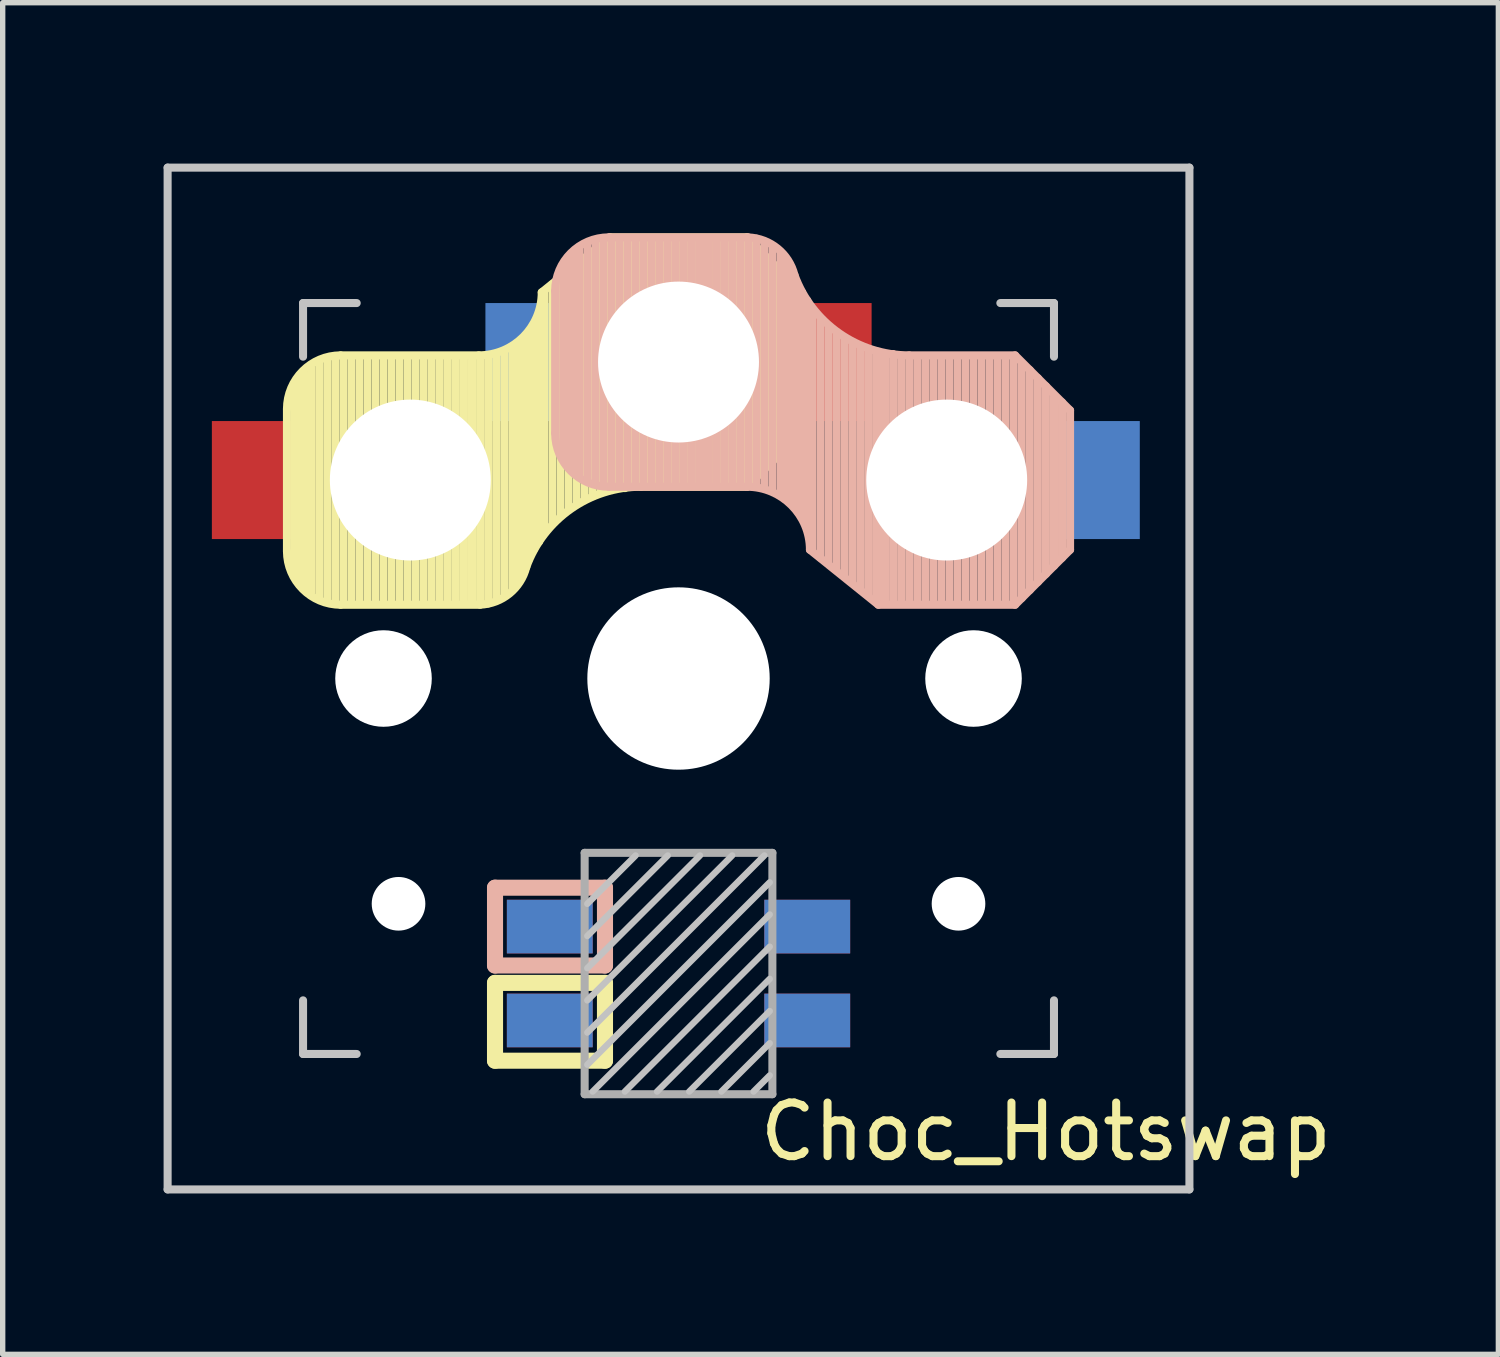
<source format=kicad_pcb>
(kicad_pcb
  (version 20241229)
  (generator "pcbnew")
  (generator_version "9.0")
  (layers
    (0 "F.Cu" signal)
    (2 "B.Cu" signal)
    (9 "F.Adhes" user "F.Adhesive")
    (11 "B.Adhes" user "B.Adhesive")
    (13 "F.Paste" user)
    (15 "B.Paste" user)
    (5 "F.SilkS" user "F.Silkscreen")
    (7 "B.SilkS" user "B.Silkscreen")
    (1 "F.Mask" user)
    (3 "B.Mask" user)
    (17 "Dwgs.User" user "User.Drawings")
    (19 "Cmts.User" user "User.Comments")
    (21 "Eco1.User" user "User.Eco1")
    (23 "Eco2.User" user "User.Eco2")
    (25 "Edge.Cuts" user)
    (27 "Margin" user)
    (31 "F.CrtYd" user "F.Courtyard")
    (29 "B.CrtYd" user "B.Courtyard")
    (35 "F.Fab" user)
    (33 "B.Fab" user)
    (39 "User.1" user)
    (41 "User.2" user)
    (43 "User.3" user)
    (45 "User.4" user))
  (footprint "Choc_Hotswap"
    (layer "F.Cu")
    (at 9.6 9.6)
    (property "Reference" "Choc_Hotswap" (at 6.85 8.45 180) (layer "F.SilkS") (effects (font (size 1 1) (thickness 0.15))))
    (attr through_hole)
    (fp_line (start -7.3 -5.025) (end -7.3 -2.375) (stroke (width 0.15) (type solid)) (layer "F.SilkS"))
    (fp_line (start -7.15 -1.95) (end -7.15 -5.5) (stroke (width 0.15) (type solid)) (layer "F.SilkS"))
    (fp_line (start -7.05 -1.8) (end -7.05 -5.55) (stroke (width 0.15) (type solid)) (layer "F.SilkS"))
    (fp_line (start -6.95 -1.7) (end -6.95 -5.65) (stroke (width 0.15) (type solid)) (layer "F.SilkS"))
    (fp_line (start -6.85 -1.6) (end -6.85 -5.8) (stroke (width 0.15) (type solid)) (layer "F.SilkS"))
    (fp_line (start -6.7 -1.5) (end -6.7 -5.9) (stroke (width 0.15) (type solid)) (layer "F.SilkS"))
    (fp_line (start -6.55 -1.45) (end -6.55 -5.95) (stroke (width 0.15) (type solid)) (layer "F.SilkS"))
    (fp_line (start -6.4 -1.4) (end -6.4 -5.95) (stroke (width 0.15) (type solid)) (layer "F.SilkS"))
    (fp_line (start -6.3 -6.025) (end -3.725 -6.025) (stroke (width 0.15) (type solid)) (layer "F.SilkS"))
    (fp_line (start -6.3 -1.375) (end -3.7 -1.375) (stroke (width 0.15) (type solid)) (layer "F.SilkS"))
    (fp_line (start -6.25 -1.4) (end -6.25 -6) (stroke (width 0.15) (type solid)) (layer "F.SilkS"))
    (fp_line (start -6.1 -1.4) (end -6.1 -6) (stroke (width 0.15) (type solid)) (layer "F.SilkS"))
    (fp_line (start -5.95 -1.4) (end -5.95 -6) (stroke (width 0.15) (type solid)) (layer "F.SilkS"))
    (fp_line (start -5.8 -1.4) (end -5.8 -6) (stroke (width 0.15) (type solid)) (layer "F.SilkS"))
    (fp_line (start -5.65 -1.4) (end -5.65 -6) (stroke (width 0.15) (type solid)) (layer "F.SilkS"))
    (fp_line (start -5.5 -1.4) (end -5.5 -6) (stroke (width 0.15) (type solid)) (layer "F.SilkS"))
    (fp_line (start -5.35 -1.4) (end -5.35 -6) (stroke (width 0.15) (type solid)) (layer "F.SilkS"))
    (fp_line (start -5.2 -1.4) (end -5.2 -6) (stroke (width 0.15) (type solid)) (layer "F.SilkS"))
    (fp_line (start -5.05 -1.4) (end -5.05 -6) (stroke (width 0.15) (type solid)) (layer "F.SilkS"))
    (fp_line (start -4.9 -1.4) (end -4.9 -6) (stroke (width 0.15) (type solid)) (layer "F.SilkS"))
    (fp_line (start -4.75 -1.4) (end -4.75 -6) (stroke (width 0.15) (type solid)) (layer "F.SilkS"))
    (fp_line (start -4.6 -1.4) (end -4.6 -6) (stroke (width 0.15) (type solid)) (layer "F.SilkS"))
    (fp_line (start -4.45 -1.4) (end -4.45 -6) (stroke (width 0.15) (type solid)) (layer "F.SilkS"))
    (fp_line (start -4.3 -1.4) (end -4.3 -6) (stroke (width 0.15) (type solid)) (layer "F.SilkS"))
    (fp_line (start -4.15 -1.4) (end -4.15 -6) (stroke (width 0.15) (type solid)) (layer "F.SilkS"))
    (fp_line (start -4 -1.4) (end -4 -6) (stroke (width 0.15) (type solid)) (layer "F.SilkS"))
    (fp_line (start -3.85 -1.4) (end -3.85 -5.95) (stroke (width 0.15) (type solid)) (layer "F.SilkS"))
    (fp_line (start -3.7 -1.4) (end -3.7 -6) (stroke (width 0.15) (type solid)) (layer "F.SilkS"))
    (fp_line (start -3.55 -1.4) (end -3.55 -6) (stroke (width 0.15) (type solid)) (layer "F.SilkS"))
    (fp_line (start -3.421 5.675) (end -1.371 5.675) (stroke (width 0.3) (type solid)) (layer "F.SilkS"))
    (fp_line (start -3.421 7.125) (end -3.421 5.675) (stroke (width 0.3) (type solid)) (layer "F.SilkS"))
    (fp_line (start -3.4 -1.45) (end -3.4 -6) (stroke (width 0.15) (type solid)) (layer "F.SilkS"))
    (fp_line (start -3.25 -1.55) (end -3.25 -6.1) (stroke (width 0.15) (type solid)) (layer "F.SilkS"))
    (fp_line (start -3.1 -1.65) (end -3.1 -6.15) (stroke (width 0.15) (type solid)) (layer "F.SilkS"))
    (fp_line (start -3 -1.8) (end -3 -6.2) (stroke (width 0.15) (type solid)) (layer "F.SilkS"))
    (fp_line (start -2.9 -2.05) (end -2.9 -6.25) (stroke (width 0.15) (type solid)) (layer "F.SilkS"))
    (fp_line (start -2.8 -2.2) (end -2.8 -6.35) (stroke (width 0.15) (type solid)) (layer "F.SilkS"))
    (fp_line (start -2.7 -2.4) (end -2.7 -6.55) (stroke (width 0.15) (type solid)) (layer "F.SilkS"))
    (fp_line (start -2.6 -2.55) (end -2.6 -6.7) (stroke (width 0.15) (type solid)) (layer "F.SilkS"))
    (fp_line (start -2.5 -2.75) (end -2.5 -7.2) (stroke (width 0.15) (type solid)) (layer "F.SilkS"))
    (fp_line (start -2.35 -2.9) (end -2.35 -7.35) (stroke (width 0.15) (type solid)) (layer "F.SilkS"))
    (fp_line (start -2.2 -3.05) (end -2.2 -7.45) (stroke (width 0.15) (type solid)) (layer "F.SilkS"))
    (fp_line (start -2.05 -3.15) (end -2.05 -7.55) (stroke (width 0.15) (type solid)) (layer "F.SilkS"))
    (fp_line (start -1.9 -3.25) (end -1.9 -7.7) (stroke (width 0.15) (type solid)) (layer "F.SilkS"))
    (fp_line (start -1.75 -3.35) (end -1.75 -7.8) (stroke (width 0.15) (type solid)) (layer "F.SilkS"))
    (fp_line (start -1.6 -3.4) (end -1.6 -7.95) (stroke (width 0.15) (type solid)) (layer "F.SilkS"))
    (fp_line (start -1.45 -3.5) (end -1.45 -8.05) (stroke (width 0.15) (type solid)) (layer "F.SilkS"))
    (fp_line (start -1.371 5.675) (end -1.371 7.125) (stroke (width 0.3) (type solid)) (layer "F.SilkS"))
    (fp_line (start -1.371 7.125) (end -3.421 7.125) (stroke (width 0.3) (type solid)) (layer "F.SilkS"))
    (fp_line (start -1.3 -3.55) (end -1.3 -8.15) (stroke (width 0.15) (type solid)) (layer "F.SilkS"))
    (fp_line (start -1.275 -8.225) (end -2.55 -7.2) (stroke (width 0.15) (type solid)) (layer "F.SilkS"))
    (fp_line (start -1.275 -8.225) (end 1.275 -8.225) (stroke (width 0.15) (type solid)) (layer "F.SilkS"))
    (fp_line (start -1.15 -3.55) (end -1.15 -8.2) (stroke (width 0.15) (type solid)) (layer "F.SilkS"))
    (fp_line (start -1 -3.55) (end -1 -8.2) (stroke (width 0.15) (type solid)) (layer "F.SilkS"))
    (fp_line (start -0.85 -3.6) (end -0.85 -8.15) (stroke (width 0.15) (type solid)) (layer "F.SilkS"))
    (fp_line (start -0.7 -3.6) (end -0.7 -8.2) (stroke (width 0.15) (type solid)) (layer "F.SilkS"))
    (fp_line (start -0.7 -3.575) (end 1.275 -3.575) (stroke (width 0.15) (type solid)) (layer "F.SilkS"))
    (fp_line (start -0.55 -3.6) (end -0.55 -8.2) (stroke (width 0.15) (type solid)) (layer "F.SilkS"))
    (fp_line (start -0.4 -3.6) (end -0.4 -8.2) (stroke (width 0.15) (type solid)) (layer "F.SilkS"))
    (fp_line (start -0.25 -3.6) (end -0.25 -8.2) (stroke (width 0.15) (type solid)) (layer "F.SilkS"))
    (fp_line (start -0.1 -3.6) (end -0.1 -8.2) (stroke (width 0.15) (type solid)) (layer "F.SilkS"))
    (fp_line (start 0.05 -3.6) (end 0.05 -8.2) (stroke (width 0.15) (type solid)) (layer "F.SilkS"))
    (fp_line (start 0.2 -3.6) (end 0.2 -8.2) (stroke (width 0.15) (type solid)) (layer "F.SilkS"))
    (fp_line (start 0.35 -3.6) (end 0.35 -8.2) (stroke (width 0.15) (type solid)) (layer "F.SilkS"))
    (fp_line (start 0.5 -3.6) (end 0.5 -8.2) (stroke (width 0.15) (type solid)) (layer "F.SilkS"))
    (fp_line (start 0.65 -3.6) (end 0.65 -8.2) (stroke (width 0.15) (type solid)) (layer "F.SilkS"))
    (fp_line (start 0.8 -3.6) (end 0.8 -8.2) (stroke (width 0.15) (type solid)) (layer "F.SilkS"))
    (fp_line (start 0.95 -3.6) (end 0.95 -8.2) (stroke (width 0.15) (type solid)) (layer "F.SilkS"))
    (fp_line (start 1.1 -3.6) (end 1.1 -8.2) (stroke (width 0.15) (type solid)) (layer "F.SilkS"))
    (fp_line (start 1.25 -3.6) (end 1.25 -8.2) (stroke (width 0.15) (type solid)) (layer "F.SilkS"))
    (fp_line (start 1.4 -3.75) (end 1.4 -8.1) (stroke (width 0.15) (type solid)) (layer "F.SilkS"))
    (fp_line (start 1.55 -3.85) (end 1.55 -7.95) (stroke (width 0.15) (type solid)) (layer "F.SilkS"))
    (fp_line (start 1.7 -4) (end 1.7 -7.8) (stroke (width 0.15) (type solid)) (layer "F.SilkS"))
    (fp_line (start 1.85 -4.15) (end 1.85 -7.65) (stroke (width 0.15) (type solid)) (layer "F.SilkS"))
    (fp_line (start 2 -4.35) (end 2 -7.5) (stroke (width 0.15) (type solid)) (layer "F.SilkS"))
    (fp_line (start 2.15 -4.45) (end 2.15 -7.35) (stroke (width 0.15) (type solid)) (layer "F.SilkS"))
    (fp_line (start 2.3 -7.2) (end 1.275 -8.225) (stroke (width 0.15) (type solid)) (layer "F.SilkS"))
    (fp_line (start 2.3 -7.2) (end 2.3 -4.6) (stroke (width 0.15) (type solid)) (layer "F.SilkS"))
    (fp_line (start 2.3 -4.6) (end 1.275 -3.575) (stroke (width 0.15) (type solid)) (layer "F.SilkS"))
    (fp_arc (start -7.3 -5.025) (mid -7.007107 -5.732107) (end -6.3 -6.025) (stroke (width 0.15) (type solid)) (layer "F.SilkS"))
    (fp_arc (start -6.3 -1.375) (mid -7.007107 -1.667893) (end -7.3 -2.375) (stroke (width 0.15) (type solid)) (layer "F.SilkS"))
    (fp_arc (start -2.837801 -2.078096) (mid -3.151716 -1.583979) (end -3.699005 -1.376209) (stroke (width 0.15) (type solid)) (layer "F.SilkS"))
    (fp_arc (start -2.837801 -2.078096) (mid -2.004887 -3.163571) (end -0.7 -3.575) (stroke (width 0.15) (type solid)) (layer "F.SilkS"))
    (fp_arc (start -2.55 -7.2) (mid -2.89415 -6.36915) (end -3.725 -6.025) (stroke (width 0.15) (type solid)) (layer "F.SilkS"))
    (fp_line (start -3.421 3.9) (end -1.371 3.9) (stroke (width 0.3) (type solid)) (layer "B.SilkS"))
    (fp_line (start -3.421 5.35) (end -3.421 3.9) (stroke (width 0.3) (type solid)) (layer "B.SilkS"))
    (fp_line (start -2.3 -4.575) (end -2.3 -7.225) (stroke (width 0.15) (type solid)) (layer "B.SilkS"))
    (fp_line (start -2.15 -7.65) (end -2.15 -4.1) (stroke (width 0.15) (type solid)) (layer "B.SilkS"))
    (fp_line (start -2.05 -7.8) (end -2.05 -4.05) (stroke (width 0.15) (type solid)) (layer "B.SilkS"))
    (fp_line (start -1.95 -7.9) (end -1.95 -3.95) (stroke (width 0.15) (type solid)) (layer "B.SilkS"))
    (fp_line (start -1.85 -8) (end -1.85 -3.8) (stroke (width 0.15) (type solid)) (layer "B.SilkS"))
    (fp_line (start -1.7 -8.1) (end -1.7 -3.7) (stroke (width 0.15) (type solid)) (layer "B.SilkS"))
    (fp_line (start -1.55 -8.15) (end -1.55 -3.65) (stroke (width 0.15) (type solid)) (layer "B.SilkS"))
    (fp_line (start -1.4 -8.2) (end -1.4 -3.65) (stroke (width 0.15) (type solid)) (layer "B.SilkS"))
    (fp_line (start -1.371 3.9) (end -1.371 5.35) (stroke (width 0.3) (type solid)) (layer "B.SilkS"))
    (fp_line (start -1.371 5.35) (end -3.421 5.35) (stroke (width 0.3) (type solid)) (layer "B.SilkS"))
    (fp_line (start -1.3 -8.225) (end 1.3 -8.225) (stroke (width 0.15) (type solid)) (layer "B.SilkS"))
    (fp_line (start -1.3 -3.575) (end 1.275 -3.575) (stroke (width 0.15) (type solid)) (layer "B.SilkS"))
    (fp_line (start -1.25 -8.2) (end -1.25 -3.6) (stroke (width 0.15) (type solid)) (layer "B.SilkS"))
    (fp_line (start -1.1 -8.2) (end -1.1 -3.6) (stroke (width 0.15) (type solid)) (layer "B.SilkS"))
    (fp_line (start -0.95 -8.2) (end -0.95 -3.6) (stroke (width 0.15) (type solid)) (layer "B.SilkS"))
    (fp_line (start -0.8 -8.2) (end -0.8 -3.6) (stroke (width 0.15) (type solid)) (layer "B.SilkS"))
    (fp_line (start -0.65 -8.2) (end -0.65 -3.6) (stroke (width 0.15) (type solid)) (layer "B.SilkS"))
    (fp_line (start -0.5 -8.2) (end -0.5 -3.6) (stroke (width 0.15) (type solid)) (layer "B.SilkS"))
    (fp_line (start -0.35 -8.2) (end -0.35 -3.6) (stroke (width 0.15) (type solid)) (layer "B.SilkS"))
    (fp_line (start -0.2 -8.2) (end -0.2 -3.6) (stroke (width 0.15) (type solid)) (layer "B.SilkS"))
    (fp_line (start -0.05 -8.2) (end -0.05 -3.6) (stroke (width 0.15) (type solid)) (layer "B.SilkS"))
    (fp_line (start 0.1 -8.2) (end 0.1 -3.6) (stroke (width 0.15) (type solid)) (layer "B.SilkS"))
    (fp_line (start 0.25 -8.2) (end 0.25 -3.6) (stroke (width 0.15) (type solid)) (layer "B.SilkS"))
    (fp_line (start 0.4 -8.2) (end 0.4 -3.6) (stroke (width 0.15) (type solid)) (layer "B.SilkS"))
    (fp_line (start 0.55 -8.2) (end 0.55 -3.6) (stroke (width 0.15) (type solid)) (layer "B.SilkS"))
    (fp_line (start 0.7 -8.2) (end 0.7 -3.6) (stroke (width 0.15) (type solid)) (layer "B.SilkS"))
    (fp_line (start 0.85 -8.2) (end 0.85 -3.6) (stroke (width 0.15) (type solid)) (layer "B.SilkS"))
    (fp_line (start 1 -8.2) (end 1 -3.6) (stroke (width 0.15) (type solid)) (layer "B.SilkS"))
    (fp_line (start 1.15 -8.2) (end 1.15 -3.65) (stroke (width 0.15) (type solid)) (layer "B.SilkS"))
    (fp_line (start 1.3 -8.2) (end 1.3 -3.6) (stroke (width 0.15) (type solid)) (layer "B.SilkS"))
    (fp_line (start 1.45 -8.2) (end 1.45 -3.6) (stroke (width 0.15) (type solid)) (layer "B.SilkS"))
    (fp_line (start 1.6 -8.15) (end 1.6 -3.6) (stroke (width 0.15) (type solid)) (layer "B.SilkS"))
    (fp_line (start 1.75 -8.05) (end 1.75 -3.5) (stroke (width 0.15) (type solid)) (layer "B.SilkS"))
    (fp_line (start 1.9 -7.95) (end 1.9 -3.45) (stroke (width 0.15) (type solid)) (layer "B.SilkS"))
    (fp_line (start 2 -7.8) (end 2 -3.4) (stroke (width 0.15) (type solid)) (layer "B.SilkS"))
    (fp_line (start 2.1 -7.55) (end 2.1 -3.35) (stroke (width 0.15) (type solid)) (layer "B.SilkS"))
    (fp_line (start 2.2 -7.4) (end 2.2 -3.25) (stroke (width 0.15) (type solid)) (layer "B.SilkS"))
    (fp_line (start 2.3 -7.2) (end 2.3 -3.05) (stroke (width 0.15) (type solid)) (layer "B.SilkS"))
    (fp_line (start 2.4 -7.05) (end 2.4 -2.9) (stroke (width 0.15) (type solid)) (layer "B.SilkS"))
    (fp_line (start 2.5 -6.85) (end 2.5 -2.4) (stroke (width 0.15) (type solid)) (layer "B.SilkS"))
    (fp_line (start 2.65 -6.7) (end 2.65 -2.25) (stroke (width 0.15) (type solid)) (layer "B.SilkS"))
    (fp_line (start 2.8 -6.55) (end 2.8 -2.15) (stroke (width 0.15) (type solid)) (layer "B.SilkS"))
    (fp_line (start 2.95 -6.45) (end 2.95 -2.05) (stroke (width 0.15) (type solid)) (layer "B.SilkS"))
    (fp_line (start 3.1 -6.35) (end 3.1 -1.9) (stroke (width 0.15) (type solid)) (layer "B.SilkS"))
    (fp_line (start 3.25 -6.25) (end 3.25 -1.8) (stroke (width 0.15) (type solid)) (layer "B.SilkS"))
    (fp_line (start 3.4 -6.2) (end 3.4 -1.65) (stroke (width 0.15) (type solid)) (layer "B.SilkS"))
    (fp_line (start 3.55 -6.1) (end 3.55 -1.55) (stroke (width 0.15) (type solid)) (layer "B.SilkS"))
    (fp_line (start 3.7 -6.05) (end 3.7 -1.45) (stroke (width 0.15) (type solid)) (layer "B.SilkS"))
    (fp_line (start 3.725 -1.375) (end 2.45 -2.4) (stroke (width 0.15) (type solid)) (layer "B.SilkS"))
    (fp_line (start 3.725 -1.375) (end 6.275 -1.375) (stroke (width 0.15) (type solid)) (layer "B.SilkS"))
    (fp_line (start 3.85 -6.05) (end 3.85 -1.4) (stroke (width 0.15) (type solid)) (layer "B.SilkS"))
    (fp_line (start 4 -6.05) (end 4 -1.4) (stroke (width 0.15) (type solid)) (layer "B.SilkS"))
    (fp_line (start 4.15 -6) (end 4.15 -1.45) (stroke (width 0.15) (type solid)) (layer "B.SilkS"))
    (fp_line (start 4.3 -6.025) (end 6.275 -6.025) (stroke (width 0.15) (type solid)) (layer "B.SilkS"))
    (fp_line (start 4.3 -6) (end 4.3 -1.4) (stroke (width 0.15) (type solid)) (layer "B.SilkS"))
    (fp_line (start 4.45 -6) (end 4.45 -1.4) (stroke (width 0.15) (type solid)) (layer "B.SilkS"))
    (fp_line (start 4.6 -6) (end 4.6 -1.4) (stroke (width 0.15) (type solid)) (layer "B.SilkS"))
    (fp_line (start 4.75 -6) (end 4.75 -1.4) (stroke (width 0.15) (type solid)) (layer "B.SilkS"))
    (fp_line (start 4.9 -6) (end 4.9 -1.4) (stroke (width 0.15) (type solid)) (layer "B.SilkS"))
    (fp_line (start 5.05 -6) (end 5.05 -1.4) (stroke (width 0.15) (type solid)) (layer "B.SilkS"))
    (fp_line (start 5.2 -6) (end 5.2 -1.4) (stroke (width 0.15) (type solid)) (layer "B.SilkS"))
    (fp_line (start 5.35 -6) (end 5.35 -1.4) (stroke (width 0.15) (type solid)) (layer "B.SilkS"))
    (fp_line (start 5.5 -6) (end 5.5 -1.4) (stroke (width 0.15) (type solid)) (layer "B.SilkS"))
    (fp_line (start 5.65 -6) (end 5.65 -1.4) (stroke (width 0.15) (type solid)) (layer "B.SilkS"))
    (fp_line (start 5.8 -6) (end 5.8 -1.4) (stroke (width 0.15) (type solid)) (layer "B.SilkS"))
    (fp_line (start 5.95 -6) (end 5.95 -1.4) (stroke (width 0.15) (type solid)) (layer "B.SilkS"))
    (fp_line (start 6.1 -6) (end 6.1 -1.4) (stroke (width 0.15) (type solid)) (layer "B.SilkS"))
    (fp_line (start 6.25 -6) (end 6.25 -1.4) (stroke (width 0.15) (type solid)) (layer "B.SilkS"))
    (fp_line (start 6.4 -5.85) (end 6.4 -1.5) (stroke (width 0.15) (type solid)) (layer "B.SilkS"))
    (fp_line (start 6.55 -5.75) (end 6.55 -1.65) (stroke (width 0.15) (type solid)) (layer "B.SilkS"))
    (fp_line (start 6.7 -5.6) (end 6.7 -1.8) (stroke (width 0.15) (type solid)) (layer "B.SilkS"))
    (fp_line (start 6.85 -5.45) (end 6.85 -1.95) (stroke (width 0.15) (type solid)) (layer "B.SilkS"))
    (fp_line (start 7 -5.25) (end 7 -2.1) (stroke (width 0.15) (type solid)) (layer "B.SilkS"))
    (fp_line (start 7.15 -5.15) (end 7.15 -2.25) (stroke (width 0.15) (type solid)) (layer "B.SilkS"))
    (fp_line (start 7.3 -5) (end 6.275 -6.025) (stroke (width 0.15) (type solid)) (layer "B.SilkS"))
    (fp_line (start 7.3 -2.4) (end 6.275 -1.375) (stroke (width 0.15) (type solid)) (layer "B.SilkS"))
    (fp_line (start 7.3 -2.4) (end 7.3 -5) (stroke (width 0.15) (type solid)) (layer "B.SilkS"))
    (fp_arc (start -2.3 -7.225) (mid -2.007107 -7.932107) (end -1.3 -8.225) (stroke (width 0.15) (type solid)) (layer "B.SilkS"))
    (fp_arc (start -1.3 -3.575) (mid -2.007107 -3.867893) (end -2.3 -4.575) (stroke (width 0.15) (type solid)) (layer "B.SilkS"))
    (fp_arc (start 1.275 -3.575) (mid 2.10585 -3.23085) (end 2.45 -2.4) (stroke (width 0.15) (type solid)) (layer "B.SilkS"))
    (fp_arc (start 1.300995 -8.223791) (mid 1.848284 -8.016021) (end 2.162199 -7.521904) (stroke (width 0.15) (type solid)) (layer "B.SilkS"))
    (fp_arc (start 4.3 -6.025) (mid 2.995114 -6.436429) (end 2.162199 -7.521904) (stroke (width 0.15) (type solid)) (layer "B.SilkS"))
    (fp_line (start -9.525 -9.525) (end 9.525 -9.525) (stroke (width 0.15) (type solid)) (layer "Dwgs.User"))
    (fp_line (start -9.525 9.525) (end -9.525 -9.525) (stroke (width 0.15) (type solid)) (layer "Dwgs.User"))
    (fp_line (start -7 -7) (end -7 -6) (stroke (width 0.15) (type solid)) (layer "Dwgs.User"))
    (fp_line (start -7 6) (end -7 7) (stroke (width 0.15) (type solid)) (layer "Dwgs.User"))
    (fp_line (start -7 7) (end -6 7) (stroke (width 0.15) (type solid)) (layer "Dwgs.User"))
    (fp_line (start -6 -7) (end -7 -7) (stroke (width 0.15) (type solid)) (layer "Dwgs.User"))
    (fp_line (start -0.8 3.3) (end -1.7 4.2) (stroke (width 0.12) (type solid)) (layer "Dwgs.User"))
    (fp_line (start -0.2 3.3) (end -1.7 4.8) (stroke (width 0.12) (type solid)) (layer "Dwgs.User"))
    (fp_line (start 0.4 3.3) (end -1.7 5.4) (stroke (width 0.12) (type solid)) (layer "Dwgs.User"))
    (fp_line (start 1 3.3) (end -1.7 6) (stroke (width 0.12) (type solid)) (layer "Dwgs.User"))
    (fp_line (start 1.6 3.3) (end -1.7 6.6) (stroke (width 0.12) (type solid)) (layer "Dwgs.User"))
    (fp_line (start 1.7 3.8) (end -1.7 7.2) (stroke (width 0.12) (type solid)) (layer "Dwgs.User"))
    (fp_line (start 1.7 4.4) (end -1.6 7.7) (stroke (width 0.12) (type solid)) (layer "Dwgs.User"))
    (fp_line (start 1.7 5) (end -1 7.7) (stroke (width 0.12) (type solid)) (layer "Dwgs.User"))
    (fp_line (start 1.7 5.6) (end -0.4 7.7) (stroke (width 0.12) (type solid)) (layer "Dwgs.User"))
    (fp_line (start 1.7 6.2) (end 0.2 7.7) (stroke (width 0.12) (type solid)) (layer "Dwgs.User"))
    (fp_line (start 1.7 6.8) (end 0.8 7.7) (stroke (width 0.12) (type solid)) (layer "Dwgs.User"))
    (fp_line (start 1.7 7.4) (end 1.4 7.7) (stroke (width 0.12) (type solid)) (layer "Dwgs.User"))
    (fp_line (start 6 -7) (end 7 -7) (stroke (width 0.15) (type solid)) (layer "Dwgs.User"))
    (fp_line (start 7 -7) (end 7 -6) (stroke (width 0.15) (type solid)) (layer "Dwgs.User"))
    (fp_line (start 7 6) (end 7 7) (stroke (width 0.15) (type solid)) (layer "Dwgs.User"))
    (fp_line (start 7 7) (end 6 7) (stroke (width 0.15) (type solid)) (layer "Dwgs.User"))
    (fp_line (start 9.525 -9.525) (end 9.525 9.525) (stroke (width 0.15) (type solid)) (layer "Dwgs.User"))
    (fp_line (start 9.525 9.525) (end -9.525 9.525) (stroke (width 0.15) (type solid)) (layer "Dwgs.User"))
    (fp_line (start -1.75 3.25) (end -1.75 7.75) (stroke (width 0.15) (type solid)) (layer "F.Fab"))
    (fp_line (start -1.75 3.25) (end 1.75 3.25) (stroke (width 0.15) (type solid)) (layer "F.Fab"))
    (fp_line (start 1.75 3.25) (end 1.75 7.75) (stroke (width 0.15) (type solid)) (layer "F.Fab"))
    (fp_line (start 1.75 7.75) (end -1.75 7.75) (stroke (width 0.15) (type solid)) (layer "F.Fab"))
    (pad "" np_thru_hole circle (at -5.5 0 270) (size 1.8 1.8) (drill 1.8) (layers "*.Cu" "*.Mask"))
    (pad "" np_thru_hole circle (at -5.22 4.2) (size 1 1) (drill 1) (layers "*.Cu" "*.Mask"))
    (pad "" np_thru_hole circle (at -5 -3.7 90) (size 3 3) (drill 3) (layers "*.Cu" "*.Mask"))
    (pad "" np_thru_hole circle (at 0 -5.9 270) (size 3 3) (drill 3) (layers "*.Cu" "*.Mask"))
    (pad "" np_thru_hole circle (at 0 0 270) (size 3.4 3.4) (drill 3.4) (layers "*.Cu" "*.Mask"))
    (pad "" np_thru_hole circle (at 5 -3.7 270) (size 3 3) (drill 3) (layers "*.Cu" "*.Mask"))
    (pad "" np_thru_hole circle (at 5.22 4.2) (size 1 1) (drill 1) (layers "*.Cu" "*.Mask"))
    (pad "" np_thru_hole circle (at 5.5 0 270) (size 1.8 1.8) (drill 1.8) (layers "*.Cu" "*.Mask"))
    (pad "1" smd rect (at -2.4 4.625) (size 1.6 1) (layers "B.Cu" "B.Mask" "B.Paste"))
    (pad "1" smd rect (at -2.4 6.375) (size 1.6 1) (layers "F.Cu" "F.Mask" "F.Paste"))
    (pad "2" smd rect (at -2.4 4.625) (size 1.6 1) (layers "F.Cu" "F.Mask" "F.Paste"))
    (pad "2" smd rect (at -2.4 6.375) (size 1.6 1) (layers "B.Cu" "B.Mask" "B.Paste"))
    (pad "3" smd rect (at 2.4 4.625) (size 1.6 1) (layers "F.Cu" "F.Mask" "F.Paste"))
    (pad "3" smd rect (at 2.4 6.375) (size 1.6 1) (layers "B.Cu" "B.Mask" "B.Paste"))
    (pad "4" smd rect (at 2.4 4.625) (size 1.6 1) (layers "B.Cu" "B.Mask" "B.Paste"))
    (pad "4" smd rect (at 2.4 6.375) (size 1.6 1) (layers "F.Cu" "F.Mask" "F.Paste"))
    (pad "5" smd rect (at -2.8 -5.9) (size 1.6 2.2) (layers "B.Cu" "B.Mask" "B.Paste"))
    (pad "5" smd rect (at 2.8 -5.9) (size 1.6 2.2) (layers "F.Cu" "F.Mask" "F.Paste"))
    (pad "6" smd rect (at -7.9 -3.7) (size 1.6 2.2) (layers "F.Cu" "F.Mask" "F.Paste"))
    (pad "6" smd rect (at 7.8 -3.7) (size 1.6 2.2) (layers "B.Cu" "B.Mask" "B.Paste")))
  (gr_rect
    (start -3 -3)
    (end 24.885 22.2)
    (stroke (width 0.1) (type default))
    (fill no)
    (layer "Edge.Cuts")))
</source>
